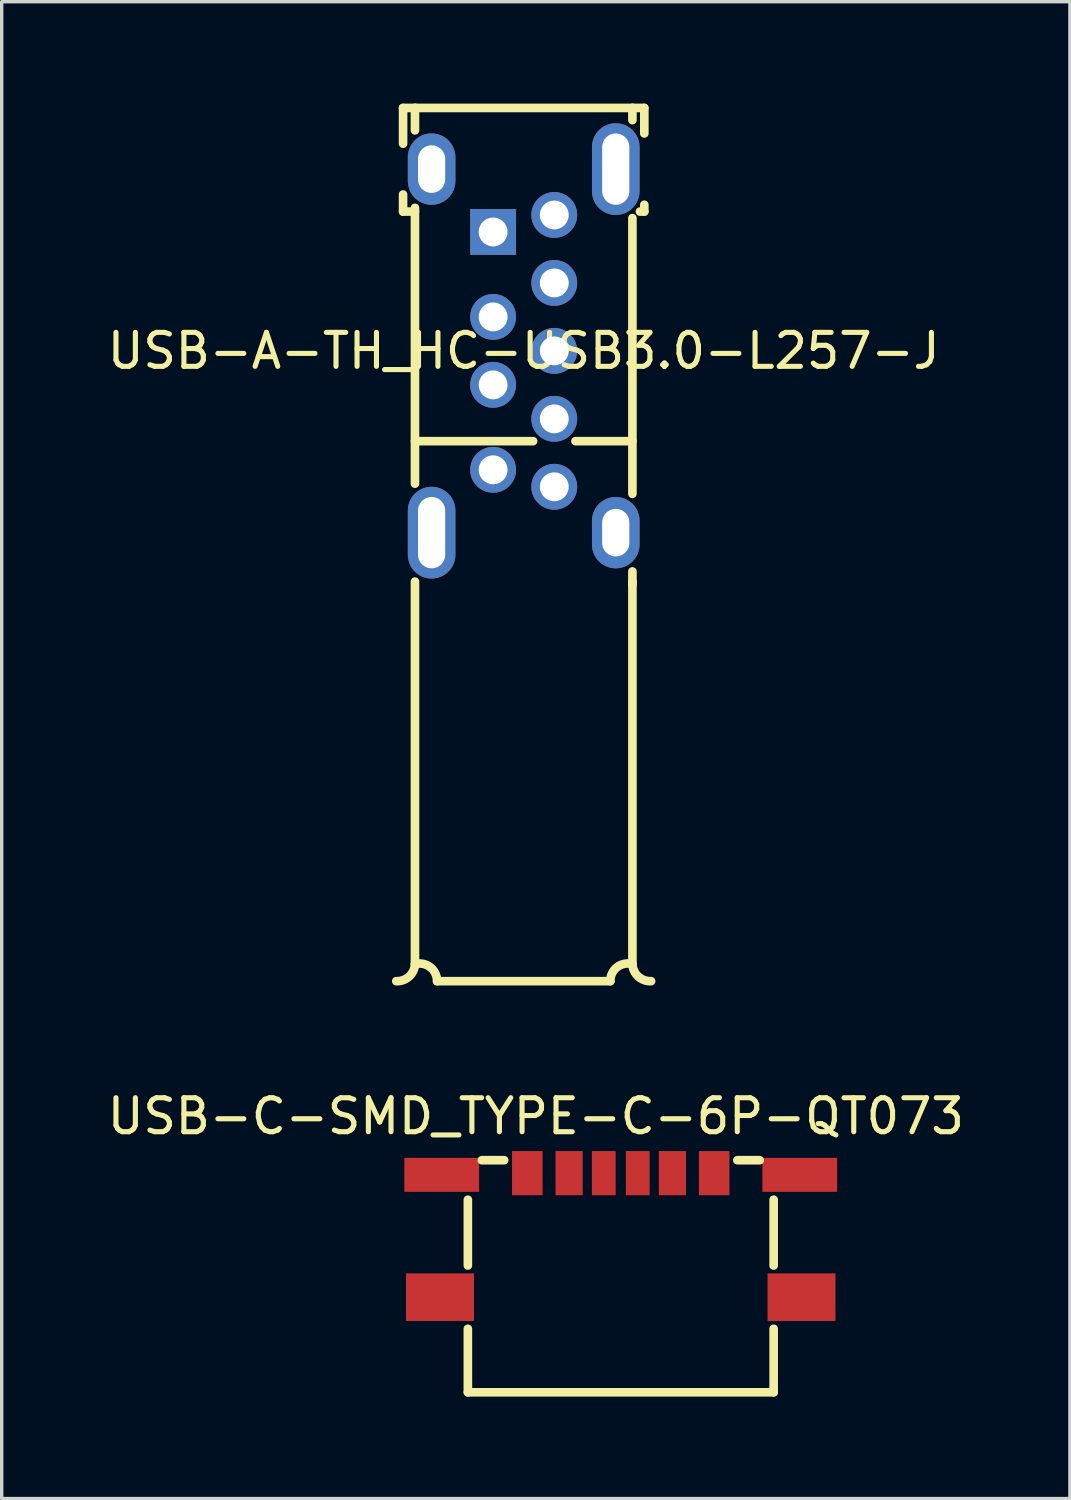
<source format=kicad_pcb>
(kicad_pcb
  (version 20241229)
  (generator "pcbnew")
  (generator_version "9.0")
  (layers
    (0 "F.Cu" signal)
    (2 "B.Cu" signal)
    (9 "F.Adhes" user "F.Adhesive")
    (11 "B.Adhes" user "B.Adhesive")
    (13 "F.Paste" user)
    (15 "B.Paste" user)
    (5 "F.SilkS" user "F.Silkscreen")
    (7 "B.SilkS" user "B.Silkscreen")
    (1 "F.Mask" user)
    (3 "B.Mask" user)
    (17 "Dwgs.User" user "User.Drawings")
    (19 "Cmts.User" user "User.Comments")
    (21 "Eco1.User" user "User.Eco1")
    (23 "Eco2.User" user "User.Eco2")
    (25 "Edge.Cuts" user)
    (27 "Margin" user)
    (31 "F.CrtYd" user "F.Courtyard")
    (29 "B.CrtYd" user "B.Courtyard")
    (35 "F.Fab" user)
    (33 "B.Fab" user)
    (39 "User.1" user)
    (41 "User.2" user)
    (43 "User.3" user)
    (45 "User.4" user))
  (footprint "USB-C-SMD_TYPE-C-6P-QT073"
    (layer "F.Cu")
    (at 15.22 33.303)
    (property "Reference" "USB-C-SMD_TYPE-C-6P-QT073" (at -2.5 -3.5 0) (layer "F.SilkS") (effects (font (size 1 1) (thickness 0.15))))
    (fp_line (start -4.5 0.894) (end -4.5 -1.044) (stroke (width 0.254) (type default)) (layer "F.SilkS"))
    (fp_line (start -4.5 4.625) (end -4.5 2.756) (stroke (width 0.254) (type default)) (layer "F.SilkS"))
    (fp_line (start -4.5 4.625) (end 4.5 4.625) (stroke (width 0.254) (type default)) (layer "F.SilkS"))
    (fp_line (start -4.089 -2.206) (end -3.431 -2.206) (stroke (width 0.254) (type default)) (layer "F.SilkS"))
    (fp_line (start 3.431 -2.206) (end 4.089 -2.206) (stroke (width 0.254) (type default)) (layer "F.SilkS"))
    (fp_line (start 4.5 0.894) (end 4.5 -1.044) (stroke (width 0.254) (type default)) (layer "F.SilkS"))
    (fp_line (start 4.5 4.625) (end 4.5 2.756) (stroke (width 0.254) (type default)) (layer "F.SilkS"))
    (fp_poly (pts (xy -4.37 1.225) (xy -4.37 2.425) (xy -5.72 2.425) (xy -5.72 1.225)) (stroke (width 0.1) (type default)) (fill no) (layer "User.1"))
    (fp_poly (pts (xy -4.22 -2.175) (xy -4.22 -1.375) (xy -5.72 -1.375) (xy -5.72 -2.175)) (stroke (width 0.1) (type default)) (fill no) (layer "User.1"))
    (fp_poly (pts (xy -3.05 -2.225) (xy -2.45 -2.225) (xy -2.45 -1.425) (xy -3.05 -1.425)) (stroke (width 0.1) (type default)) (fill no) (layer "User.1"))
    (fp_poly (pts (xy -1.8 -2.225) (xy -1.24 -2.225) (xy -1.24 -1.425) (xy -1.8 -1.425)) (stroke (width 0.1) (type default)) (fill no) (layer "User.1"))
    (fp_poly (pts (xy -0.76 -2.225) (xy -0.24 -2.225) (xy -0.24 -1.425) (xy -0.76 -1.425)) (stroke (width 0.1) (type default)) (fill no) (layer "User.1"))
    (fp_poly (pts (xy 0.24 -2.225) (xy 0.76 -2.225) (xy 0.76 -1.425) (xy 0.24 -1.425)) (stroke (width 0.1) (type default)) (fill no) (layer "User.1"))
    (fp_poly (pts (xy 1.24 -2.225) (xy 1.8 -2.225) (xy 1.8 -1.425) (xy 1.24 -1.425)) (stroke (width 0.1) (type default)) (fill no) (layer "User.1"))
    (fp_poly (pts (xy 2.45 -2.225) (xy 3.05 -2.225) (xy 3.05 -1.425) (xy 2.45 -1.425)) (stroke (width 0.1) (type default)) (fill no) (layer "User.1"))
    (fp_poly (pts (xy 5.72 -2.175) (xy 5.72 -1.375) (xy 4.22 -1.375) (xy 4.22 -2.175)) (stroke (width 0.1) (type default)) (fill no) (layer "User.1"))
    (fp_poly (pts (xy 5.72 1.225) (xy 5.72 2.425) (xy 4.37 2.425) (xy 4.37 1.225)) (stroke (width 0.1) (type default)) (fill no) (layer "User.1"))
    (fp_line (start -4.47 -2.171) (end 4.47 -2.171) (stroke (width 0.051) (type default)) (layer "User.2"))
    (fp_line (start -4.47 4.63) (end -4.47 -2.171) (stroke (width 0.051) (type default)) (layer "User.2"))
    (fp_line (start 4.47 -2.171) (end 4.47 4.63) (stroke (width 0.051) (type default)) (layer "User.2"))
    (fp_line (start 4.47 4.63) (end -4.47 4.63) (stroke (width 0.051) (type default)) (layer "User.2"))
    (fp_poly (pts (xy -5.66 -2.225) (xy -5.678 -2.267) (xy -5.72 -2.285) (xy -5.762 -2.267) (xy -5.78 -2.225) (xy -5.762 -2.183) (xy -5.72 -2.165) (xy -5.678 -2.183)) (stroke (width 0.1) (type default)) (fill no) (layer "User.3"))
    (pad "7" smd rect (at -5.32 1.825 90) (size 1.4 2) (layers "F.Cu" "F.Mask" "F.Paste"))
    (pad "7" smd rect (at -5.269 -1.775) (size 2.2 1) (layers "F.Cu" "F.Mask" "F.Paste"))
    (pad "7" smd rect (at 5.269 -1.775) (size 2.2 1) (layers "F.Cu" "F.Mask" "F.Paste"))
    (pad "7" smd rect (at 5.32 1.825 90) (size 1.4 2) (layers "F.Cu" "F.Mask" "F.Paste"))
    (pad "A5" smd rect (at -0.5 -1.825) (size 0.7 1.3) (layers "F.Cu" "F.Mask" "F.Paste"))
    (pad "A9" smd rect (at 1.52 -1.825) (size 0.8 1.3) (layers "F.Cu" "F.Mask" "F.Paste"))
    (pad "A12" smd rect (at 2.75 -1.825) (size 0.9 1.3) (layers "F.Cu" "F.Mask" "F.Paste"))
    (pad "B5" smd rect (at 0.5 -1.825) (size 0.7 1.3) (layers "F.Cu" "F.Mask" "F.Paste"))
    (pad "B9" smd rect (at -1.52 -1.825) (size 0.8 1.3) (layers "F.Cu" "F.Mask" "F.Paste"))
    (pad "B12" smd rect (at -2.75 -1.825) (size 0.9 1.3) (layers "F.Cu" "F.Mask" "F.Paste")))
  (footprint "USB-A-TH_HC-USB3.0-L257-J"
    (layer "F.Cu")
    (at 12.363 7.277)
    (property "Reference" "USB-A-TH_HC-USB3.0-L257-J" (at 0 0 0) (layer "F.SilkS") (effects (font (size 1 1) (thickness 0.15))))
    (fp_line (start -3.55 -7.15) (end -3.55 -6.098) (stroke (width 0.254) (type default)) (layer "F.SilkS"))
    (fp_line (start -3.55 -4.602) (end -3.55 -4.1) (stroke (width 0.254) (type default)) (layer "F.SilkS"))
    (fp_line (start -3.55 -4.1) (end -3.2 -4.1) (stroke (width 0.254) (type default)) (layer "F.SilkS"))
    (fp_line (start -3.2 -7.15) (end -3.55 -7.15) (stroke (width 0.254) (type default)) (layer "F.SilkS"))
    (fp_line (start -3.2 -7.15) (end -3.2 -6.491) (stroke (width 0.254) (type default)) (layer "F.SilkS"))
    (fp_line (start -3.2 -4.209) (end -3.2 3.909) (stroke (width 0.254) (type default)) (layer "F.SilkS"))
    (fp_line (start -3.2 2.657) (end 0.277 2.657) (stroke (width 0.254) (type default)) (layer "F.SilkS"))
    (fp_line (start -3.2 6.791) (end -3.2 18.05) (stroke (width 0.254) (type default)) (layer "F.SilkS"))
    (fp_line (start 1.523 2.657) (end 3.2 2.657) (stroke (width 0.254) (type default)) (layer "F.SilkS"))
    (fp_line (start 2.55 18.55) (end -2.55 18.55) (stroke (width 0.254) (type default)) (layer "F.SilkS"))
    (fp_line (start 3.2 -7.15) (end -3.2 -7.15) (stroke (width 0.254) (type default)) (layer "F.SilkS"))
    (fp_line (start 3.2 -7.15) (end 3.2 -6.792) (stroke (width 0.254) (type default)) (layer "F.SilkS"))
    (fp_line (start 3.2 -7.15) (end 3.55 -7.15) (stroke (width 0.254) (type default)) (layer "F.SilkS"))
    (fp_line (start 3.2 -3.909) (end 3.2 4.208) (stroke (width 0.254) (type default)) (layer "F.SilkS"))
    (fp_line (start 3.2 6.492) (end 3.2 6.89) (stroke (width 0.254) (type default)) (layer "F.SilkS"))
    (fp_line (start 3.2 6.8) (end 3.2 6.792) (stroke (width 0.254) (type default)) (layer "F.SilkS"))
    (fp_line (start 3.2 18.05) (end 3.2 6.8) (stroke (width 0.254) (type default)) (layer "F.SilkS"))
    (fp_line (start 3.55 -7.15) (end 3.55 -6.399) (stroke (width 0.254) (type default)) (layer "F.SilkS"))
    (fp_line (start 3.55 -4.301) (end 3.55 -4.1) (stroke (width 0.254) (type default)) (layer "F.SilkS"))
    (fp_line (start 3.55 -4.1) (end 3.421 -4.1) (stroke (width 0.254) (type default)) (layer "F.SilkS"))
    (fp_arc (start -3.2005 18.0495) (mid -2.75023 18.137154) (end -2.55 18.55) (stroke (width 0.254) (type default)) (layer "F.SilkS"))
    (fp_arc (start -3.2 18.05) (mid -3.371577 18.41378) (end -3.75 18.55) (stroke (width 0.254) (type default)) (layer "F.SilkS"))
    (fp_arc (start 2.55 18.55) (mid 2.750017 18.136987) (end 3.2005 18.049) (stroke (width 0.254) (type default)) (layer "F.SilkS"))
    (fp_arc (start 3.75 18.55) (mid 3.371609 18.413745) (end 3.2 18.05) (stroke (width 0.254) (type default)) (layer "F.SilkS"))
    (fp_poly (pts (xy -2.56 -4.8) (xy -2.86 -4.8) (xy -2.86 -5.9) (xy -2.56 -5.9)) (stroke (width 0.1) (type default)) (fill no) (layer "User.1"))
    (fp_poly (pts (xy -2.56 6.25) (xy -2.86 6.25) (xy -2.86 4.45) (xy -2.56 4.45)) (stroke (width 0.1) (type default)) (fill no) (layer "User.1"))
    (fp_poly (pts (xy -0.8 -3.75) (xy -0.8 -3.25) (xy -1 -3.25) (xy -1 -3.75)) (stroke (width 0.1) (type default)) (fill no) (layer "User.1"))
    (fp_poly (pts (xy -0.8 -1.25) (xy -0.8 -0.75) (xy -1 -0.75) (xy -1 -1.25)) (stroke (width 0.1) (type default)) (fill no) (layer "User.1"))
    (fp_poly (pts (xy -0.8 0.75) (xy -0.8 1.25) (xy -1 1.25) (xy -1 0.75)) (stroke (width 0.1) (type default)) (fill no) (layer "User.1"))
    (fp_poly (pts (xy -0.8 3.25) (xy -0.8 3.75) (xy -1 3.75) (xy -1 3.25)) (stroke (width 0.1) (type default)) (fill no) (layer "User.1"))
    (fp_poly (pts (xy 1 -4.25) (xy 1 -3.75) (xy 0.8 -3.75) (xy 0.8 -4.25)) (stroke (width 0.1) (type default)) (fill no) (layer "User.1"))
    (fp_poly (pts (xy 1 -2.25) (xy 1 -1.75) (xy 0.8 -1.75) (xy 0.8 -2.25)) (stroke (width 0.1) (type default)) (fill no) (layer "User.1"))
    (fp_poly (pts (xy 1 -0.25) (xy 1 0.25) (xy 0.8 0.25) (xy 0.8 -0.25)) (stroke (width 0.1) (type default)) (fill no) (layer "User.1"))
    (fp_poly (pts (xy 1 1.75) (xy 1 2.25) (xy 0.8 2.25) (xy 0.8 1.75)) (stroke (width 0.1) (type default)) (fill no) (layer "User.1"))
    (fp_poly (pts (xy 1 3.75) (xy 1 4.25) (xy 0.8 4.25) (xy 0.8 3.75)) (stroke (width 0.1) (type default)) (fill no) (layer "User.1"))
    (fp_poly (pts (xy 2.86 -4.45) (xy 2.56 -4.45) (xy 2.56 -6.25) (xy 2.86 -6.25)) (stroke (width 0.1) (type default)) (fill no) (layer "User.1"))
    (fp_poly (pts (xy 2.86 5.9) (xy 2.56 5.9) (xy 2.56 4.8) (xy 2.86 4.8)) (stroke (width 0.1) (type default)) (fill no) (layer "User.1"))
    (fp_line (start -3.21 -7.15) (end -3.21 18.55) (stroke (width 0.051) (type default)) (layer "User.2"))
    (fp_line (start -3.21 18.55) (end 3.21 18.55) (stroke (width 0.051) (type default)) (layer "User.2"))
    (fp_line (start 3.21 -7.15) (end -3.21 -7.15) (stroke (width 0.051) (type default)) (layer "User.2"))
    (fp_line (start 3.21 18.55) (end 3.21 -7.15) (stroke (width 0.051) (type default)) (layer "User.2"))
    (pad "1" thru_hole rect (at -0.9 -3.5) (size 1.35 1.35) (drill 0.85) (layers "*.Cu" "*.Mask"))
    (pad "2" thru_hole circle (at -0.9 -1) (size 1.35 1.35) (drill 0.85) (layers "*.Cu" "*.Mask"))
    (pad "3" thru_hole circle (at -0.9 1) (size 1.35 1.35) (drill 0.85) (layers "*.Cu" "*.Mask"))
    (pad "4" thru_hole circle (at -0.9 3.5) (size 1.35 1.35) (drill 0.85) (layers "*.Cu" "*.Mask"))
    (pad "5" thru_hole circle (at 0.9 4) (size 1.35 1.35) (drill 0.85) (layers "*.Cu" "*.Mask"))
    (pad "6" thru_hole circle (at 0.9 2) (size 1.35 1.35) (drill 0.85) (layers "*.Cu" "*.Mask"))
    (pad "7" thru_hole circle (at 0.9 0) (size 1.35 1.35) (drill 0.85) (layers "*.Cu" "*.Mask"))
    (pad "8" thru_hole circle (at 0.9 -2) (size 1.35 1.35) (drill 0.85) (layers "*.Cu" "*.Mask"))
    (pad "9" thru_hole circle (at 0.9 -4) (size 1.35 1.35) (drill 0.85) (layers "*.Cu" "*.Mask"))
    (pad "10" thru_hole oval (at -2.71 -5.35) (size 1.4 2.1) (drill oval 0.8 1.4) (layers "*.Cu" "*.Mask"))
    (pad "11" thru_hole oval (at -2.71 5.35) (size 1.4 2.7) (drill oval 0.8 2.1) (layers "*.Cu" "*.Mask"))
    (pad "12" thru_hole oval (at 2.71 5.35) (size 1.4 2.1) (drill oval 0.8 1.4) (layers "*.Cu" "*.Mask"))
    (pad "13" thru_hole oval (at 2.71 -5.35) (size 1.4 2.7) (drill oval 0.8 2.1) (layers "*.Cu" "*.Mask")))
  (gr_rect
    (start -3 -3)
    (end 28.44 41.055)
    (stroke (width 0.1) (type default))
    (fill no)
    (layer "Edge.Cuts")))
</source>
